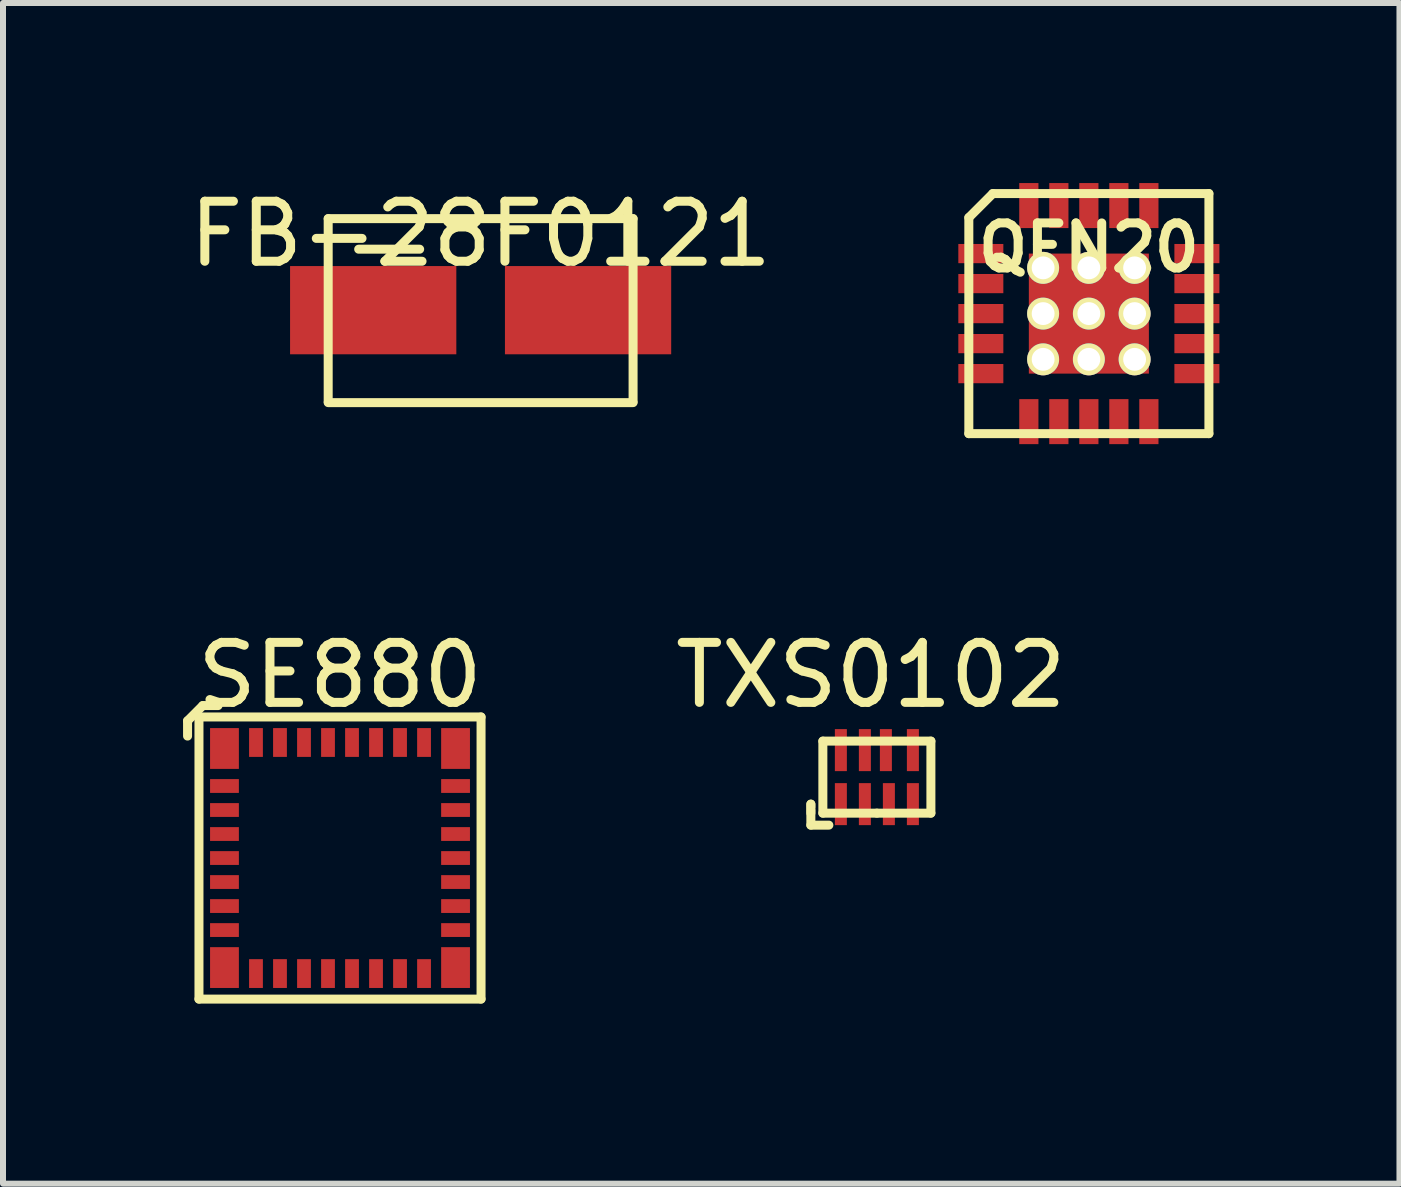
<source format=kicad_pcb>
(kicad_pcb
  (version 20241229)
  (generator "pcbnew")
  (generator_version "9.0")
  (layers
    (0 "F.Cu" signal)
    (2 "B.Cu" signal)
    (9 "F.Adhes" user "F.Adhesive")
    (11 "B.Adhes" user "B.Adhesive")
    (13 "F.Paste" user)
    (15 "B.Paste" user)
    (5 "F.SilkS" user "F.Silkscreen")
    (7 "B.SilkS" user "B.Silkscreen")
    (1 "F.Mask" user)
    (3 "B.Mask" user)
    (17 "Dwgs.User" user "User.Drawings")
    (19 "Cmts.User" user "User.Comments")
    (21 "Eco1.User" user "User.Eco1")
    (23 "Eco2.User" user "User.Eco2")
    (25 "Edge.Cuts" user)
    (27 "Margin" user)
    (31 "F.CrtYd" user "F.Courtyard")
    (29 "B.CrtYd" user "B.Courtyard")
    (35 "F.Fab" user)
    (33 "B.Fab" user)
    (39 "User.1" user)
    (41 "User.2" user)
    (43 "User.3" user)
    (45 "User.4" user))
  (footprint "SE880"
    (layer "F.Cu")
    (at 2.615 11.246)
    (property "Reference" "SE880" (at 0 -3.048 0) (layer "F.SilkS") (effects (font (size 1 1) (thickness 0.15))))
    (attr through_hole)
    (fp_line (start -2.54 -2.286) (end -2.54 -2.032) (stroke (width 0.15) (type solid)) (layer "F.SilkS"))
    (fp_line (start -2.54 -2.286) (end -2.286 -2.54) (stroke (width 0.15) (type solid)) (layer "F.SilkS"))
    (fp_line (start -2.35 -2.35) (end 2.35 -2.35) (stroke (width 0.15) (type solid)) (layer "F.SilkS"))
    (fp_line (start -2.35 2.35) (end -2.35 -2.35) (stroke (width 0.15) (type solid)) (layer "F.SilkS"))
    (fp_line (start -2.286 -2.54) (end -2.032 -2.54) (stroke (width 0.15) (type solid)) (layer "F.SilkS"))
    (fp_line (start 2.35 -2.35) (end 2.35 2.35) (stroke (width 0.15) (type solid)) (layer "F.SilkS"))
    (fp_line (start 2.35 2.35) (end -2.35 2.35) (stroke (width 0.15) (type solid)) (layer "F.SilkS"))
    (pad "1" smd rect (at -1.925 -1.825) (size 0.48 0.68) (layers "F.Cu" "F.Mask" "F.Paste"))
    (pad "2" smd rect (at -1.925 -1.2) (size 0.48 0.23) (layers "F.Cu" "F.Mask" "F.Paste"))
    (pad "3" smd rect (at -1.925 -0.8) (size 0.48 0.23) (layers "F.Cu" "F.Mask" "F.Paste"))
    (pad "4" smd rect (at -1.925 -0.4) (size 0.48 0.23) (layers "F.Cu" "F.Mask" "F.Paste"))
    (pad "5" smd rect (at -1.925 0) (size 0.48 0.23) (layers "F.Cu" "F.Mask" "F.Paste"))
    (pad "6" smd rect (at -1.925 0.4) (size 0.48 0.23) (layers "F.Cu" "F.Mask" "F.Paste"))
    (pad "7" smd rect (at -1.925 0.8) (size 0.48 0.23) (layers "F.Cu" "F.Mask" "F.Paste"))
    (pad "8" smd rect (at -1.925 1.2) (size 0.48 0.23) (layers "F.Cu" "F.Mask" "F.Paste"))
    (pad "9" smd rect (at -1.925 1.825) (size 0.48 0.68) (layers "F.Cu" "F.Mask" "F.Paste"))
    (pad "10" smd rect (at -1.4 1.925) (size 0.23 0.48) (layers "F.Cu" "F.Mask" "F.Paste"))
    (pad "11" smd rect (at -1 1.925) (size 0.23 0.48) (layers "F.Cu" "F.Mask" "F.Paste"))
    (pad "12" smd rect (at -0.6 1.925) (size 0.23 0.48) (layers "F.Cu" "F.Mask" "F.Paste"))
    (pad "13" smd rect (at -0.2 1.925) (size 0.23 0.48) (layers "F.Cu" "F.Mask" "F.Paste"))
    (pad "14" smd rect (at 0.2 1.925) (size 0.23 0.48) (layers "F.Cu" "F.Mask" "F.Paste"))
    (pad "15" smd rect (at 0.6 1.925) (size 0.23 0.48) (layers "F.Cu" "F.Mask" "F.Paste"))
    (pad "16" smd rect (at 1 1.925) (size 0.23 0.48) (layers "F.Cu" "F.Mask" "F.Paste"))
    (pad "17" smd rect (at 1.4 1.925) (size 0.23 0.48) (layers "F.Cu" "F.Mask" "F.Paste"))
    (pad "18" smd rect (at 1.925 1.825) (size 0.48 0.68) (layers "F.Cu" "F.Mask" "F.Paste"))
    (pad "19" smd rect (at 1.925 1.2) (size 0.48 0.23) (layers "F.Cu" "F.Mask" "F.Paste"))
    (pad "20" smd rect (at 1.925 0.8) (size 0.48 0.23) (layers "F.Cu" "F.Mask" "F.Paste"))
    (pad "21" smd rect (at 1.925 0.4) (size 0.48 0.23) (layers "F.Cu" "F.Mask" "F.Paste"))
    (pad "22" smd rect (at 1.925 0) (size 0.48 0.23) (layers "F.Cu" "F.Mask" "F.Paste"))
    (pad "23" smd rect (at 1.925 -0.4) (size 0.48 0.23) (layers "F.Cu" "F.Mask" "F.Paste"))
    (pad "24" smd rect (at 1.925 -0.8) (size 0.48 0.23) (layers "F.Cu" "F.Mask" "F.Paste"))
    (pad "25" smd rect (at 1.925 -1.2) (size 0.48 0.23) (layers "F.Cu" "F.Mask" "F.Paste"))
    (pad "26" smd rect (at 1.925 -1.825) (size 0.48 0.68) (layers "F.Cu" "F.Mask" "F.Paste"))
    (pad "27" smd rect (at 1.4 -1.925) (size 0.23 0.48) (layers "F.Cu" "F.Mask" "F.Paste"))
    (pad "28" smd rect (at 1 -1.925) (size 0.23 0.48) (layers "F.Cu" "F.Mask" "F.Paste"))
    (pad "29" smd rect (at 0.6 -1.925) (size 0.23 0.48) (layers "F.Cu" "F.Mask" "F.Paste"))
    (pad "30" smd rect (at 0.2 -1.925) (size 0.23 0.48) (layers "F.Cu" "F.Mask" "F.Paste"))
    (pad "31" smd rect (at -0.2 -1.925) (size 0.23 0.48) (layers "F.Cu" "F.Mask" "F.Paste"))
    (pad "32" smd rect (at -0.6 -1.925) (size 0.23 0.48) (layers "F.Cu" "F.Mask" "F.Paste"))
    (pad "33" smd rect (at -1 -1.925) (size 0.23 0.48) (layers "F.Cu" "F.Mask" "F.Paste"))
    (pad "34" smd rect (at -1.4 -1.925) (size 0.23 0.48) (layers "F.Cu" "F.Mask" "F.Paste")))
  (footprint "FB-28F0121"
    (layer "F.Cu")
    (at 4.958 2.118)
    (property "Reference" "FB-28F0121" (at 0 -1.27 0) (layer "F.SilkS") (effects (font (size 1 1) (thickness 0.15))))
    (attr through_hole)
    (fp_line (start -2.54 -1.525) (end -2.54 1.525) (stroke (width 0.15) (type solid)) (layer "F.SilkS"))
    (fp_line (start -2.54 1.54) (end 2.54 1.54) (stroke (width 0.15) (type solid)) (layer "F.SilkS"))
    (fp_line (start -2.032 -1.016) (end -1.016 -1.016) (stroke (width 0.15) (type solid)) (layer "F.SilkS"))
    (fp_line (start 2.54 -1.525) (end -2.54 -1.525) (stroke (width 0.15) (type solid)) (layer "F.SilkS"))
    (fp_line (start 2.54 1.525) (end 2.54 -1.525) (stroke (width 0.15) (type solid)) (layer "F.SilkS"))
    (pad "1" smd rect (at -1.79 0) (size 2.77 1.47) (layers "F.Cu" "F.Mask" "F.Paste"))
    (pad "2" smd rect (at 1.79 0) (size 2.77 1.47) (layers "F.Cu" "F.Mask" "F.Paste")))
  (footprint "TXS0102"
    (layer "F.Cu")
    (at 11.56 9.898)
    (property "Reference" "TXS0102" (at -0.1 -1.7 180) (layer "F.SilkS") (effects (font (size 1 1) (thickness 0.15))))
    (attr through_hole)
    (fp_line (start -1.1 0.45) (end -1.1 0.6) (stroke (width 0.15) (type solid)) (layer "F.SilkS"))
    (fp_line (start -1.1 0.5) (end -1.1 0.45) (stroke (width 0.15) (type solid)) (layer "F.SilkS"))
    (fp_line (start -1.1 0.8) (end -1.1 0.55) (stroke (width 0.15) (type solid)) (layer "F.SilkS"))
    (fp_line (start -0.9 -0.6) (end -0.9 0.6) (stroke (width 0.15) (type solid)) (layer "F.SilkS"))
    (fp_line (start -0.9 0.6) (end 0 0.6) (stroke (width 0.15) (type solid)) (layer "F.SilkS"))
    (fp_line (start -0.8 0.8) (end -1.1 0.8) (stroke (width 0.15) (type solid)) (layer "F.SilkS"))
    (fp_line (start 0 0.6) (end 0.9 0.6) (stroke (width 0.15) (type solid)) (layer "F.SilkS"))
    (fp_line (start 0.9 -0.6) (end -0.9 -0.6) (stroke (width 0.15) (type solid)) (layer "F.SilkS"))
    (fp_line (start 0.9 0.6) (end 0.9 -0.6) (stroke (width 0.15) (type solid)) (layer "F.SilkS"))
    (pad "1" smd rect (at -0.6 0.45 180) (size 0.2 0.7) (layers "F.Cu" "F.Mask" "F.Paste"))
    (pad "2" smd rect (at -0.2 0.45 180) (size 0.2 0.7) (layers "F.Cu" "F.Mask" "F.Paste"))
    (pad "3" smd rect (at 0.2 0.45 180) (size 0.2 0.7) (layers "F.Cu" "F.Mask" "F.Paste"))
    (pad "4" smd rect (at 0.6 0.45 180) (size 0.2 0.7) (layers "F.Cu" "F.Mask" "F.Paste"))
    (pad "5" smd rect (at 0.6 -0.45 180) (size 0.2 0.7) (layers "F.Cu" "F.Mask" "F.Paste"))
    (pad "6" smd rect (at 0.15 -0.45 180) (size 0.2 0.7) (layers "F.Cu" "F.Mask" "F.Paste"))
    (pad "7" smd rect (at -0.2 -0.45 180) (size 0.2 0.7) (layers "F.Cu" "F.Mask" "F.Paste"))
    (pad "8" smd rect (at -0.6 -0.45 180) (size 0.2 0.7) (layers "F.Cu" "F.Mask" "F.Paste")))
  (footprint "QFN20"
    (layer "F.Cu")
    (at 15.092 2.175)
    (property "Reference" "QFN20" (at 0 -1.1 0) (layer "F.SilkS") (effects (font (size 0.75 0.75) (thickness 0.15))))
    (attr through_hole)
    (fp_line (start -2 -1.6) (end -2 2) (stroke (width 0.15) (type solid)) (layer "F.SilkS"))
    (fp_line (start -1.6 -2) (end -2 -1.6) (stroke (width 0.15) (type solid)) (layer "F.SilkS"))
    (fp_line (start -1.6 -2) (end 2 -2) (stroke (width 0.15) (type solid)) (layer "F.SilkS"))
    (fp_line (start 2 -2) (end 2 2) (stroke (width 0.15) (type solid)) (layer "F.SilkS"))
    (fp_line (start 2 2) (end -2 2) (stroke (width 0.15) (type solid)) (layer "F.SilkS"))
    (pad "1" connect rect (at -1.8 -1) (size 0.75 0.32) (layers "F.Cu" "F.Mask"))
    (pad "2" connect rect (at -1.8 -0.5) (size 0.75 0.32) (layers "F.Cu" "F.Mask"))
    (pad "3" connect rect (at -1.8 0) (size 0.75 0.32) (layers "F.Cu" "F.Mask"))
    (pad "4" connect rect (at -1.8 0.5) (size 0.75 0.32) (layers "F.Cu" "F.Mask"))
    (pad "5" connect rect (at -1.8 1) (size 0.75 0.32) (layers "F.Cu" "F.Mask"))
    (pad "6" connect rect (at -1 1.8) (size 0.32 0.75) (layers "F.Cu" "F.Mask"))
    (pad "7" connect rect (at -0.5 1.8) (size 0.32 0.75) (layers "F.Cu" "F.Mask"))
    (pad "8" connect rect (at 0 1.8) (size 0.32 0.75) (layers "F.Cu" "F.Mask"))
    (pad "9" connect rect (at 0.5 1.8) (size 0.32 0.75) (layers "F.Cu" "F.Mask"))
    (pad "10" connect rect (at 1 1.8) (size 0.32 0.75) (layers "F.Cu" "F.Mask"))
    (pad "11" connect rect (at 1.8 1) (size 0.75 0.32) (layers "F.Cu" "F.Mask"))
    (pad "12" connect rect (at 1.8 0.5) (size 0.75 0.32) (layers "F.Cu" "F.Mask"))
    (pad "13" connect rect (at 1.8 0) (size 0.75 0.32) (layers "F.Cu" "F.Mask"))
    (pad "14" connect rect (at 1.8 -0.5) (size 0.75 0.32) (layers "F.Cu" "F.Mask"))
    (pad "15" connect rect (at 1.8 -1) (size 0.75 0.32) (layers "F.Cu" "F.Mask"))
    (pad "16" connect rect (at 1 -1.8) (size 0.32 0.75) (layers "F.Cu" "F.Mask"))
    (pad "17" connect rect (at 0.5 -1.8) (size 0.32 0.75) (layers "F.Cu" "F.Mask"))
    (pad "18" connect rect (at 0 -1.8) (size 0.32 0.75) (layers "F.Cu" "F.Mask"))
    (pad "19" connect rect (at -0.5 -1.8) (size 0.32 0.75) (layers "F.Cu" "F.Mask"))
    (pad "20" connect rect (at -1 -1.8) (size 0.32 0.75) (layers "F.Cu" "F.Mask"))
    (pad "21" thru_hole circle (at -0.762 -0.762) (size 0.533 0.533) (drill 0.381) (layers "*.Cu" "*.Mask" "F.SilkS"))
    (pad "21" thru_hole circle (at -0.762 0) (size 0.533 0.533) (drill 0.381) (layers "*.Cu" "*.Mask" "F.SilkS"))
    (pad "21" thru_hole circle (at -0.762 0.762) (size 0.533 0.533) (drill 0.381) (layers "*.Cu" "*.Mask" "F.SilkS"))
    (pad "21" thru_hole circle (at 0 -0.762) (size 0.533 0.533) (drill 0.381) (layers "*.Cu" "*.Mask" "F.SilkS"))
    (pad "21" thru_hole circle (at 0 0) (size 0.533 0.533) (drill 0.381) (layers "*.Cu" "*.Mask" "F.SilkS"))
    (pad "21" connect rect (at 0 0) (size 2 2) (layers "F.Cu" "F.Mask"))
    (pad "21" thru_hole circle (at 0 0.762) (size 0.533 0.533) (drill 0.381) (layers "*.Cu" "*.Mask" "F.SilkS"))
    (pad "21" thru_hole circle (at 0.762 -0.762) (size 0.533 0.533) (drill 0.381) (layers "*.Cu" "*.Mask" "F.SilkS"))
    (pad "21" thru_hole circle (at 0.762 0) (size 0.533 0.533) (drill 0.381) (layers "*.Cu" "*.Mask" "F.SilkS"))
    (pad "21" thru_hole circle (at 0.762 0.762) (size 0.533 0.533) (drill 0.381) (layers "*.Cu" "*.Mask" "F.SilkS")))
  (gr_rect
    (start -3 -3)
    (end 20.267 16.671)
    (stroke (width 0.1) (type default))
    (fill no)
    (layer "Edge.Cuts")))
</source>
